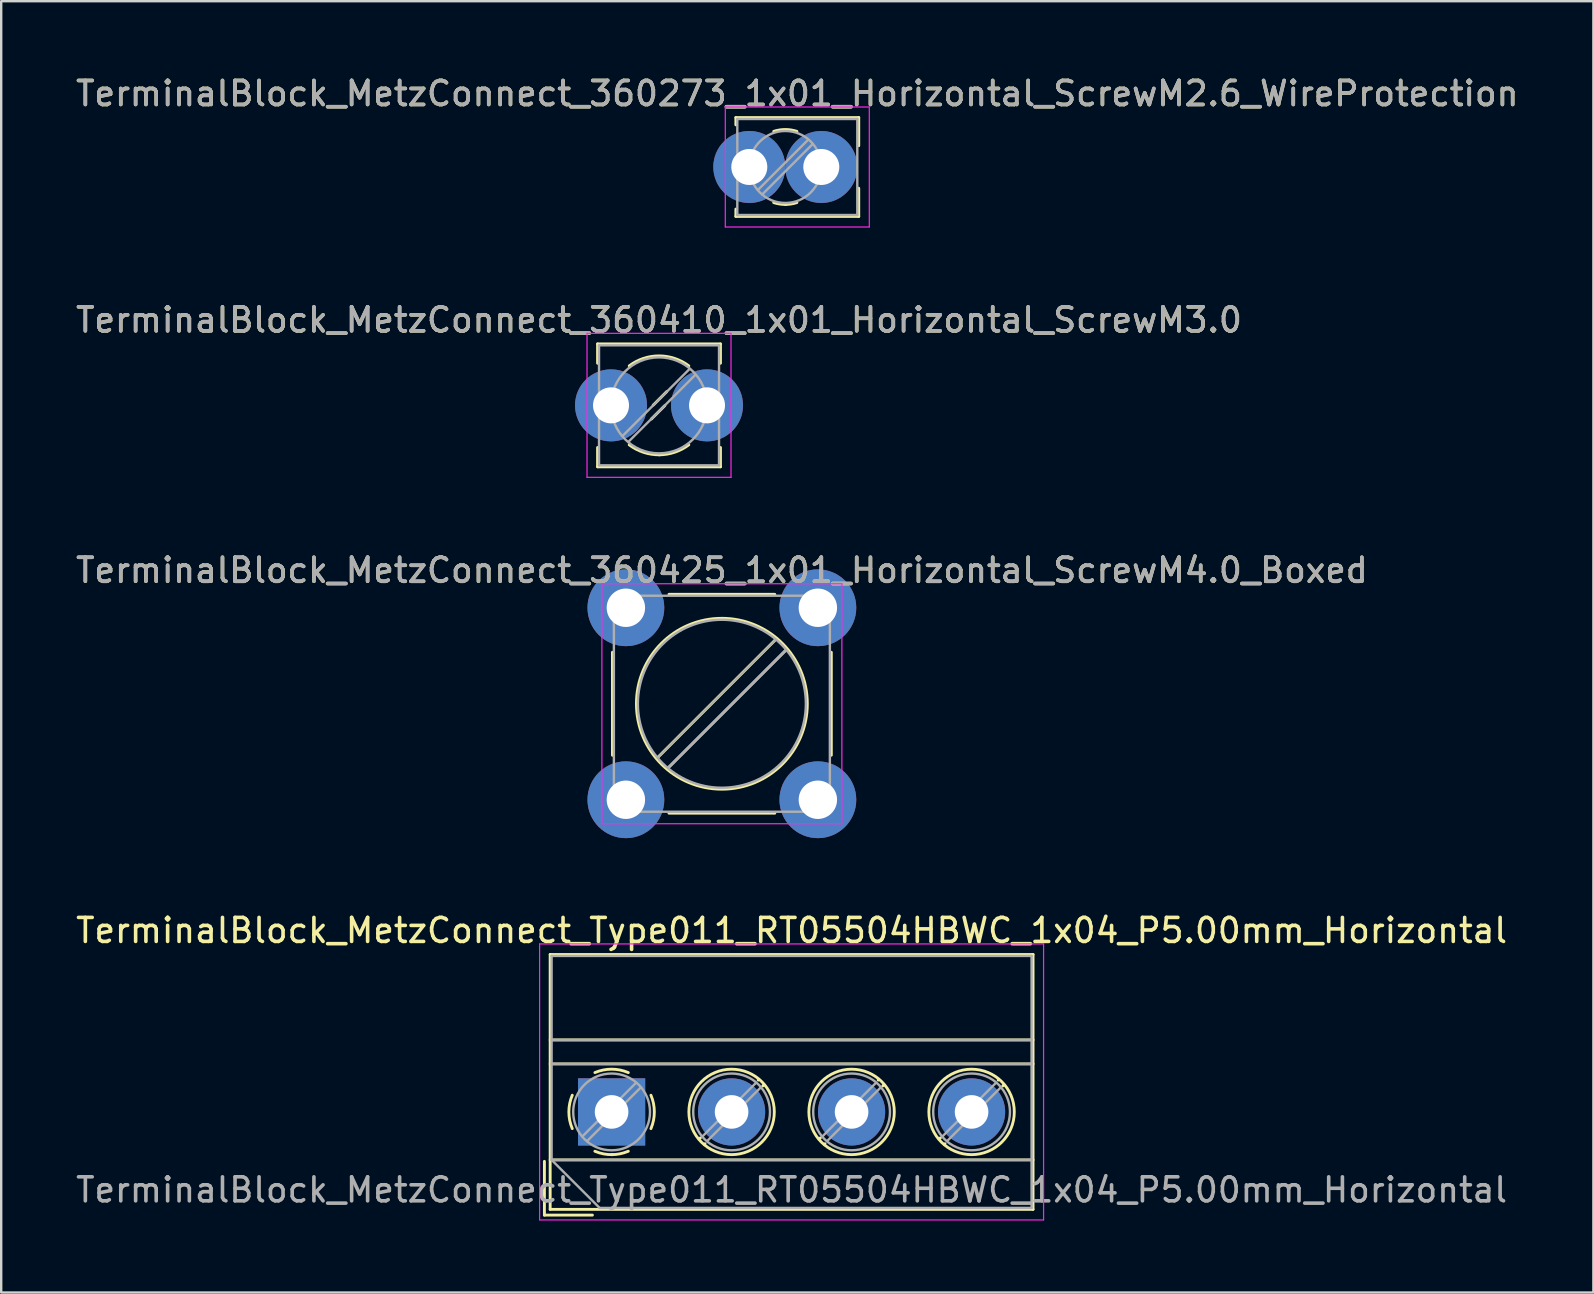
<source format=kicad_pcb>
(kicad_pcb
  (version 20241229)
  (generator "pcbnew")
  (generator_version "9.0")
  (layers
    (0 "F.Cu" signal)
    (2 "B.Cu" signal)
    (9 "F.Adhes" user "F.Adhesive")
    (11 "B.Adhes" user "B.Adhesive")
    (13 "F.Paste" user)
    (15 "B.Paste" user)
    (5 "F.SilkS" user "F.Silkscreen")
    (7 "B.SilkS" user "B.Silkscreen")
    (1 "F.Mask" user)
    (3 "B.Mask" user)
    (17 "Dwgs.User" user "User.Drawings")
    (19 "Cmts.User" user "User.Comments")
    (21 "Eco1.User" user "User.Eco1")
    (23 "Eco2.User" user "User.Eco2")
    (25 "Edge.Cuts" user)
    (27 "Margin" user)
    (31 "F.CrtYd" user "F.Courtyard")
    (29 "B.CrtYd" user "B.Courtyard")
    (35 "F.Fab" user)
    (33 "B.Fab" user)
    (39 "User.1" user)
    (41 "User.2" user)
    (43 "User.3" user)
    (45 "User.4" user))
  (footprint "TerminalBlock_MetzConnect_360273_1x01_Horizontal_ScrewM2.6_WireProtection"
    (layer "F.Cu")
    (at 28.173 3.908)
    (property "Reference" "TerminalBlock_MetzConnect_360273_1x01_Horizontal_ScrewM2.6_WireProtection" (at 2 -3.06 0) (layer "F.SilkS") (effects (font (size 1 1) (thickness 0.15))))
    (attr through_hole)
    (fp_line (start -0.56 -2.06) (end -0.56 -1.755) (stroke (width 0.12) (type solid)) (layer "F.SilkS"))
    (fp_line (start -0.56 -2.06) (end 4.56 -2.06) (stroke (width 0.12) (type solid)) (layer "F.SilkS"))
    (fp_line (start -0.56 1.755) (end -0.56 2.06) (stroke (width 0.12) (type solid)) (layer "F.SilkS"))
    (fp_line (start -0.56 2.06) (end 4.56 2.06) (stroke (width 0.12) (type solid)) (layer "F.SilkS"))
    (fp_line (start 4.56 -2.06) (end 4.56 -0.885) (stroke (width 0.12) (type solid)) (layer "F.SilkS"))
    (fp_line (start 4.56 0.885) (end 4.56 2.06) (stroke (width 0.12) (type solid)) (layer "F.SilkS"))
    (fp_arc (start 1.018482 -1.484481) (mid 1.500779 -1.560623) (end 1.983 -1.484) (stroke (width 0.12) (type solid)) (layer "F.SilkS"))
    (fp_arc (start 1.526458 1.560399) (mid 1.268555 1.543366) (end 1.017 1.484) (stroke (width 0.12) (type solid)) (layer "F.SilkS"))
    (fp_arc (start 1.982067 1.483648) (mid 1.744038 1.540794) (end 1.5 1.56) (stroke (width 0.12) (type solid)) (layer "F.SilkS"))
    (fp_line (start -1 -2.5) (end -1 2.5) (stroke (width 0.05) (type solid)) (layer "F.CrtYd"))
    (fp_line (start -1 2.5) (end 5 2.5) (stroke (width 0.05) (type solid)) (layer "F.CrtYd"))
    (fp_line (start 5 -2.5) (end -1 -2.5) (stroke (width 0.05) (type solid)) (layer "F.CrtYd"))
    (fp_line (start 5 2.5) (end 5 -2.5) (stroke (width 0.05) (type solid)) (layer "F.CrtYd"))
    (fp_line (start -0.5 -2) (end -0.5 2) (stroke (width 0.1) (type solid)) (layer "F.Fab"))
    (fp_line (start -0.5 -2) (end 4.5 -2) (stroke (width 0.1) (type solid)) (layer "F.Fab"))
    (fp_line (start -0.5 2) (end 4.5 2) (stroke (width 0.1) (type solid)) (layer "F.Fab"))
    (fp_line (start 2.455 -1.138) (end 0.362 0.955) (stroke (width 0.1) (type solid)) (layer "F.Fab"))
    (fp_line (start 2.638 -0.955) (end 0.545 1.138) (stroke (width 0.1) (type solid)) (layer "F.Fab"))
    (fp_line (start 4.5 -2) (end 4.5 2) (stroke (width 0.1) (type solid)) (layer "F.Fab"))
    (fp_circle (center 1.5 0) (end 3 0) (stroke (width 0.1) (type solid)) (fill no) (layer "F.Fab"))
    (fp_text user "${REFERENCE}" (at 2 -3.06 0) (layer "F.Fab") (effects (font (size 1 1) (thickness 0.15))))
    (pad "1" thru_hole circle (at 0 0) (size 3 3) (drill 1.5) (layers "*.Cu" "*.Mask"))
    (pad "1" thru_hole circle (at 3 0) (size 3 3) (drill 1.5) (layers "*.Cu" "*.Mask")))
  (footprint "TerminalBlock_MetzConnect_360410_1x01_Horizontal_ScrewM3.0"
    (layer "F.Cu")
    (at 22.411 13.841)
    (property "Reference" "TerminalBlock_MetzConnect_360410_1x01_Horizontal_ScrewM3.0" (at 2 -3.56 0) (layer "F.SilkS") (effects (font (size 1 1) (thickness 0.15))))
    (attr through_hole)
    (fp_line (start -0.56 -2.56) (end -0.56 -1.755) (stroke (width 0.12) (type solid)) (layer "F.SilkS"))
    (fp_line (start -0.56 -2.56) (end 4.56 -2.56) (stroke (width 0.12) (type solid)) (layer "F.SilkS"))
    (fp_line (start -0.56 1.755) (end -0.56 2.56) (stroke (width 0.12) (type solid)) (layer "F.SilkS"))
    (fp_line (start -0.56 2.56) (end 4.56 2.56) (stroke (width 0.12) (type solid)) (layer "F.SilkS"))
    (fp_line (start 1.68 0.571) (end 1.68 0.571) (stroke (width 0.12) (type solid)) (layer "F.SilkS"))
    (fp_line (start 2.241 0.011) (end 1.708 0.543) (stroke (width 0.12) (type solid)) (layer "F.SilkS"))
    (fp_line (start 2.291 -0.543) (end 1.759 -0.011) (stroke (width 0.12) (type solid)) (layer "F.SilkS"))
    (fp_line (start 2.32 -0.572) (end 2.32 -0.572) (stroke (width 0.12) (type solid)) (layer "F.SilkS"))
    (fp_line (start 4.56 -2.56) (end 4.56 -1.755) (stroke (width 0.12) (type solid)) (layer "F.SilkS"))
    (fp_line (start 4.56 1.755) (end 4.56 2.56) (stroke (width 0.12) (type solid)) (layer "F.SilkS"))
    (fp_arc (start 0.759554 -1.645664) (mid 1.999721 -2.060805) (end 3.24 -1.646) (stroke (width 0.12) (type solid)) (layer "F.SilkS"))
    (fp_arc (start 2.034842 2.060314) (mid 1.362171 1.959409) (end 0.759 1.645) (stroke (width 0.12) (type solid)) (layer "F.SilkS"))
    (fp_arc (start 3.239739 1.645189) (mid 2.653648 1.953547) (end 2 2.06) (stroke (width 0.12) (type solid)) (layer "F.SilkS"))
    (fp_line (start -1 -3) (end -1 3) (stroke (width 0.05) (type solid)) (layer "F.CrtYd"))
    (fp_line (start -1 3) (end 5 3) (stroke (width 0.05) (type solid)) (layer "F.CrtYd"))
    (fp_line (start 5 -3) (end -1 -3) (stroke (width 0.05) (type solid)) (layer "F.CrtYd"))
    (fp_line (start 5 3) (end 5 -3) (stroke (width 0.05) (type solid)) (layer "F.CrtYd"))
    (fp_line (start -0.5 -2.5) (end -0.5 2.5) (stroke (width 0.1) (type solid)) (layer "F.Fab"))
    (fp_line (start -0.5 -2.5) (end 4.5 -2.5) (stroke (width 0.1) (type solid)) (layer "F.Fab"))
    (fp_line (start -0.5 2.5) (end 4.5 2.5) (stroke (width 0.1) (type solid)) (layer "F.Fab"))
    (fp_line (start 3.273 -1.517) (end 0.483 1.273) (stroke (width 0.1) (type solid)) (layer "F.Fab"))
    (fp_line (start 3.517 -1.273) (end 0.727 1.517) (stroke (width 0.1) (type solid)) (layer "F.Fab"))
    (fp_line (start 4.5 -2.5) (end 4.5 2.5) (stroke (width 0.1) (type solid)) (layer "F.Fab"))
    (fp_circle (center 2 0) (end 4 0) (stroke (width 0.1) (type solid)) (fill no) (layer "F.Fab"))
    (fp_text user "${REFERENCE}" (at 2 -3.56 0) (layer "F.Fab") (effects (font (size 1 1) (thickness 0.15))))
    (pad "1" thru_hole circle (at 0 0) (size 3 3) (drill 1.5) (layers "*.Cu" "*.Mask"))
    (pad "1" thru_hole circle (at 4 0) (size 3 3) (drill 1.5) (layers "*.Cu" "*.Mask")))
  (footprint "TerminalBlock_MetzConnect_360425_1x01_Horizontal_ScrewM4.0_Boxed"
    (layer "F.Cu")
    (at 23.03 22.275)
    (property "Reference" "TerminalBlock_MetzConnect_360425_1x01_Horizontal_ScrewM4.0_Boxed" (at 4 -1.56 0) (layer "F.SilkS") (effects (font (size 1 1) (thickness 0.15))))
    (attr through_hole)
    (fp_line (start -0.56 1.855) (end -0.56 6.145) (stroke (width 0.12) (type solid)) (layer "F.SilkS"))
    (fp_line (start 1.796 -0.56) (end 6.204 -0.56) (stroke (width 0.12) (type solid)) (layer "F.SilkS"))
    (fp_line (start 1.796 8.56) (end 6.204 8.56) (stroke (width 0.12) (type solid)) (layer "F.SilkS"))
    (fp_line (start 6.266 1.3) (end 1.299 6.266) (stroke (width 0.12) (type solid)) (layer "F.SilkS"))
    (fp_line (start 6.7 1.734) (end 1.734 6.7) (stroke (width 0.12) (type solid)) (layer "F.SilkS"))
    (fp_line (start 8.56 1.855) (end 8.56 6.145) (stroke (width 0.12) (type solid)) (layer "F.SilkS"))
    (fp_circle (center 4 4) (end 7.56 4) (stroke (width 0.12) (type solid)) (fill no) (layer "F.SilkS"))
    (fp_line (start -1 -1) (end -1 9) (stroke (width 0.05) (type solid)) (layer "F.CrtYd"))
    (fp_line (start -1 9) (end 9 9) (stroke (width 0.05) (type solid)) (layer "F.CrtYd"))
    (fp_line (start 9 -1) (end -1 -1) (stroke (width 0.05) (type solid)) (layer "F.CrtYd"))
    (fp_line (start 9 9) (end 9 -1) (stroke (width 0.05) (type solid)) (layer "F.CrtYd"))
    (fp_line (start -0.5 -0.5) (end -0.5 8.5) (stroke (width 0.1) (type solid)) (layer "F.Fab"))
    (fp_line (start -0.5 -0.5) (end 8.5 -0.5) (stroke (width 0.1) (type solid)) (layer "F.Fab"))
    (fp_line (start -0.5 8.5) (end 8.5 8.5) (stroke (width 0.1) (type solid)) (layer "F.Fab"))
    (fp_line (start 6.228 1.345) (end 1.345 6.227) (stroke (width 0.1) (type solid)) (layer "F.Fab"))
    (fp_line (start 6.655 1.772) (end 1.772 6.654) (stroke (width 0.1) (type solid)) (layer "F.Fab"))
    (fp_line (start 8.5 -0.5) (end 8.5 8.5) (stroke (width 0.1) (type solid)) (layer "F.Fab"))
    (fp_circle (center 4 4) (end 7.5 4) (stroke (width 0.1) (type solid)) (fill no) (layer "F.Fab"))
    (fp_text user "${REFERENCE}" (at 4 -1.56 0) (layer "F.Fab") (effects (font (size 1 1) (thickness 0.15))))
    (pad "1" thru_hole circle (at 0 0) (size 3.2 3.2) (drill 1.6) (layers "*.Cu" "*.Mask"))
    (pad "1" thru_hole circle (at 0 8) (size 3.2 3.2) (drill 1.6) (layers "*.Cu" "*.Mask"))
    (pad "1" thru_hole circle (at 8 0) (size 3.2 3.2) (drill 1.6) (layers "*.Cu" "*.Mask"))
    (pad "1" thru_hole circle (at 8 8) (size 3.2 3.2) (drill 1.6) (layers "*.Cu" "*.Mask")))
  (footprint "TerminalBlock_MetzConnect_Type011_RT05504HBWC_1x04_P5.00mm_Horizontal"
    (layer "F.Cu")
    (at 22.435 43.283)
    (property "Reference" "TerminalBlock_MetzConnect_Type011_RT05504HBWC_1x04_P5.00mm_Horizontal" (at 7.5 -7.56 0) (layer "F.SilkS") (effects (font (size 1 1) (thickness 0.15))))
    (attr through_hole)
    (fp_line (start -2.8 2.06) (end -2.8 4.3) (stroke (width 0.12) (type solid)) (layer "F.SilkS"))
    (fp_line (start -2.8 4.3) (end -0.8 4.3) (stroke (width 0.12) (type solid)) (layer "F.SilkS"))
    (fp_line (start -2.56 -6.56) (end -2.56 4.06) (stroke (width 0.12) (type solid)) (layer "F.SilkS"))
    (fp_line (start -2.56 -6.56) (end 17.561 -6.56) (stroke (width 0.12) (type solid)) (layer "F.SilkS"))
    (fp_line (start -2.56 -3) (end 17.561 -3) (stroke (width 0.12) (type solid)) (layer "F.SilkS"))
    (fp_line (start -2.56 -2) (end 17.561 -2) (stroke (width 0.12) (type solid)) (layer "F.SilkS"))
    (fp_line (start -2.56 2) (end 17.561 2) (stroke (width 0.12) (type solid)) (layer "F.SilkS"))
    (fp_line (start -2.56 4.06) (end 17.561 4.06) (stroke (width 0.12) (type solid)) (layer "F.SilkS"))
    (fp_line (start 3.7 1.083) (end 3.65 1.133) (stroke (width 0.12) (type solid)) (layer "F.SilkS"))
    (fp_line (start 3.892 1.325) (end 3.868 1.35) (stroke (width 0.12) (type solid)) (layer "F.SilkS"))
    (fp_line (start 6.133 -1.35) (end 6.108 -1.326) (stroke (width 0.12) (type solid)) (layer "F.SilkS"))
    (fp_line (start 6.35 -1.133) (end 6.301 -1.083) (stroke (width 0.12) (type solid)) (layer "F.SilkS"))
    (fp_line (start 8.7 1.083) (end 8.65 1.133) (stroke (width 0.12) (type solid)) (layer "F.SilkS"))
    (fp_line (start 8.892 1.325) (end 8.868 1.35) (stroke (width 0.12) (type solid)) (layer "F.SilkS"))
    (fp_line (start 11.133 -1.35) (end 11.108 -1.326) (stroke (width 0.12) (type solid)) (layer "F.SilkS"))
    (fp_line (start 11.35 -1.133) (end 11.301 -1.083) (stroke (width 0.12) (type solid)) (layer "F.SilkS"))
    (fp_line (start 13.7 1.083) (end 13.65 1.133) (stroke (width 0.12) (type solid)) (layer "F.SilkS"))
    (fp_line (start 13.892 1.325) (end 13.868 1.35) (stroke (width 0.12) (type solid)) (layer "F.SilkS"))
    (fp_line (start 16.133 -1.35) (end 16.108 -1.326) (stroke (width 0.12) (type solid)) (layer "F.SilkS"))
    (fp_line (start 16.35 -1.133) (end 16.301 -1.083) (stroke (width 0.12) (type solid)) (layer "F.SilkS"))
    (fp_line (start 17.561 -6.56) (end 17.561 4.06) (stroke (width 0.12) (type solid)) (layer "F.SilkS"))
    (fp_arc (start -1.639206 0.695516) (mid -1.780657 -0.000263) (end -1.639 -0.696) (stroke (width 0.12) (type solid)) (layer "F.SilkS"))
    (fp_arc (start -0.695516 -1.639206) (mid 0.000263 -1.780657) (end 0.696 -1.639) (stroke (width 0.12) (type solid)) (layer "F.SilkS"))
    (fp_arc (start 0.030814 1.78039) (mid -0.340023 1.747891) (end -0.696 1.639) (stroke (width 0.12) (type solid)) (layer "F.SilkS"))
    (fp_arc (start 0.695501 1.638499) (mid 0.354875 1.744266) (end 0 1.78) (stroke (width 0.12) (type solid)) (layer "F.SilkS"))
    (fp_arc (start 1.639206 -0.695516) (mid 1.780657 0.000263) (end 1.639 0.696) (stroke (width 0.12) (type solid)) (layer "F.SilkS"))
    (fp_circle (center 5 0) (end 6.78 0) (stroke (width 0.12) (type solid)) (fill no) (layer "F.SilkS"))
    (fp_circle (center 10 0) (end 11.78 0) (stroke (width 0.12) (type solid)) (fill no) (layer "F.SilkS"))
    (fp_circle (center 15 0) (end 16.78 0) (stroke (width 0.12) (type solid)) (fill no) (layer "F.SilkS"))
    (fp_line (start -3 -7) (end -3 4.5) (stroke (width 0.05) (type solid)) (layer "F.CrtYd"))
    (fp_line (start -3 4.5) (end 18 4.5) (stroke (width 0.05) (type solid)) (layer "F.CrtYd"))
    (fp_line (start 18 -7) (end -3 -7) (stroke (width 0.05) (type solid)) (layer "F.CrtYd"))
    (fp_line (start 18 4.5) (end 18 -7) (stroke (width 0.05) (type solid)) (layer "F.CrtYd"))
    (fp_line (start -2.5 -6.5) (end 17.5 -6.5) (stroke (width 0.1) (type solid)) (layer "F.Fab"))
    (fp_line (start -2.5 -3) (end 17.5 -3) (stroke (width 0.1) (type solid)) (layer "F.Fab"))
    (fp_line (start -2.5 -2) (end 17.5 -2) (stroke (width 0.1) (type solid)) (layer "F.Fab"))
    (fp_line (start -2.5 2) (end -2.5 -6.5) (stroke (width 0.1) (type solid)) (layer "F.Fab"))
    (fp_line (start -2.5 2) (end 17.5 2) (stroke (width 0.1) (type solid)) (layer "F.Fab"))
    (fp_line (start -0.5 4) (end -2.5 2) (stroke (width 0.1) (type solid)) (layer "F.Fab"))
    (fp_line (start 1.019 -1.214) (end -1.214 1.018) (stroke (width 0.1) (type solid)) (layer "F.Fab"))
    (fp_line (start 1.214 -1.019) (end -1.019 1.214) (stroke (width 0.1) (type solid)) (layer "F.Fab"))
    (fp_line (start 6.019 -1.214) (end 3.787 1.018) (stroke (width 0.1) (type solid)) (layer "F.Fab"))
    (fp_line (start 6.214 -1.019) (end 3.982 1.214) (stroke (width 0.1) (type solid)) (layer "F.Fab"))
    (fp_line (start 11.019 -1.214) (end 8.787 1.018) (stroke (width 0.1) (type solid)) (layer "F.Fab"))
    (fp_line (start 11.214 -1.019) (end 8.982 1.214) (stroke (width 0.1) (type solid)) (layer "F.Fab"))
    (fp_line (start 16.019 -1.214) (end 13.787 1.018) (stroke (width 0.1) (type solid)) (layer "F.Fab"))
    (fp_line (start 16.214 -1.019) (end 13.982 1.214) (stroke (width 0.1) (type solid)) (layer "F.Fab"))
    (fp_line (start 17.5 -6.5) (end 17.5 4) (stroke (width 0.1) (type solid)) (layer "F.Fab"))
    (fp_line (start 17.5 4) (end -0.5 4) (stroke (width 0.1) (type solid)) (layer "F.Fab"))
    (fp_circle (center 0 0) (end 1.6 0) (stroke (width 0.1) (type solid)) (fill no) (layer "F.Fab"))
    (fp_circle (center 5 0) (end 6.6 0) (stroke (width 0.1) (type solid)) (fill no) (layer "F.Fab"))
    (fp_circle (center 10 0) (end 11.6 0) (stroke (width 0.1) (type solid)) (fill no) (layer "F.Fab"))
    (fp_circle (center 15 0) (end 16.6 0) (stroke (width 0.1) (type solid)) (fill no) (layer "F.Fab"))
    (fp_text user "${REFERENCE}" (at 7.5 3.25 0) (layer "F.Fab") (effects (font (size 1 1) (thickness 0.15))))
    (pad "1" thru_hole rect (at 0 0) (size 2.8 2.8) (drill 1.4) (layers "*.Cu" "*.Mask"))
    (pad "2" thru_hole circle (at 5 0) (size 2.8 2.8) (drill 1.4) (layers "*.Cu" "*.Mask"))
    (pad "3" thru_hole circle (at 10 0) (size 2.8 2.8) (drill 1.4) (layers "*.Cu" "*.Mask"))
    (pad "4" thru_hole circle (at 15 0) (size 2.8 2.8) (drill 1.4) (layers "*.Cu" "*.Mask")))
  (gr_rect
    (start -3 -3)
    (end 63.345 50.808)
    (stroke (width 0.1) (type default))
    (fill no)
    (layer "Edge.Cuts")))
</source>
